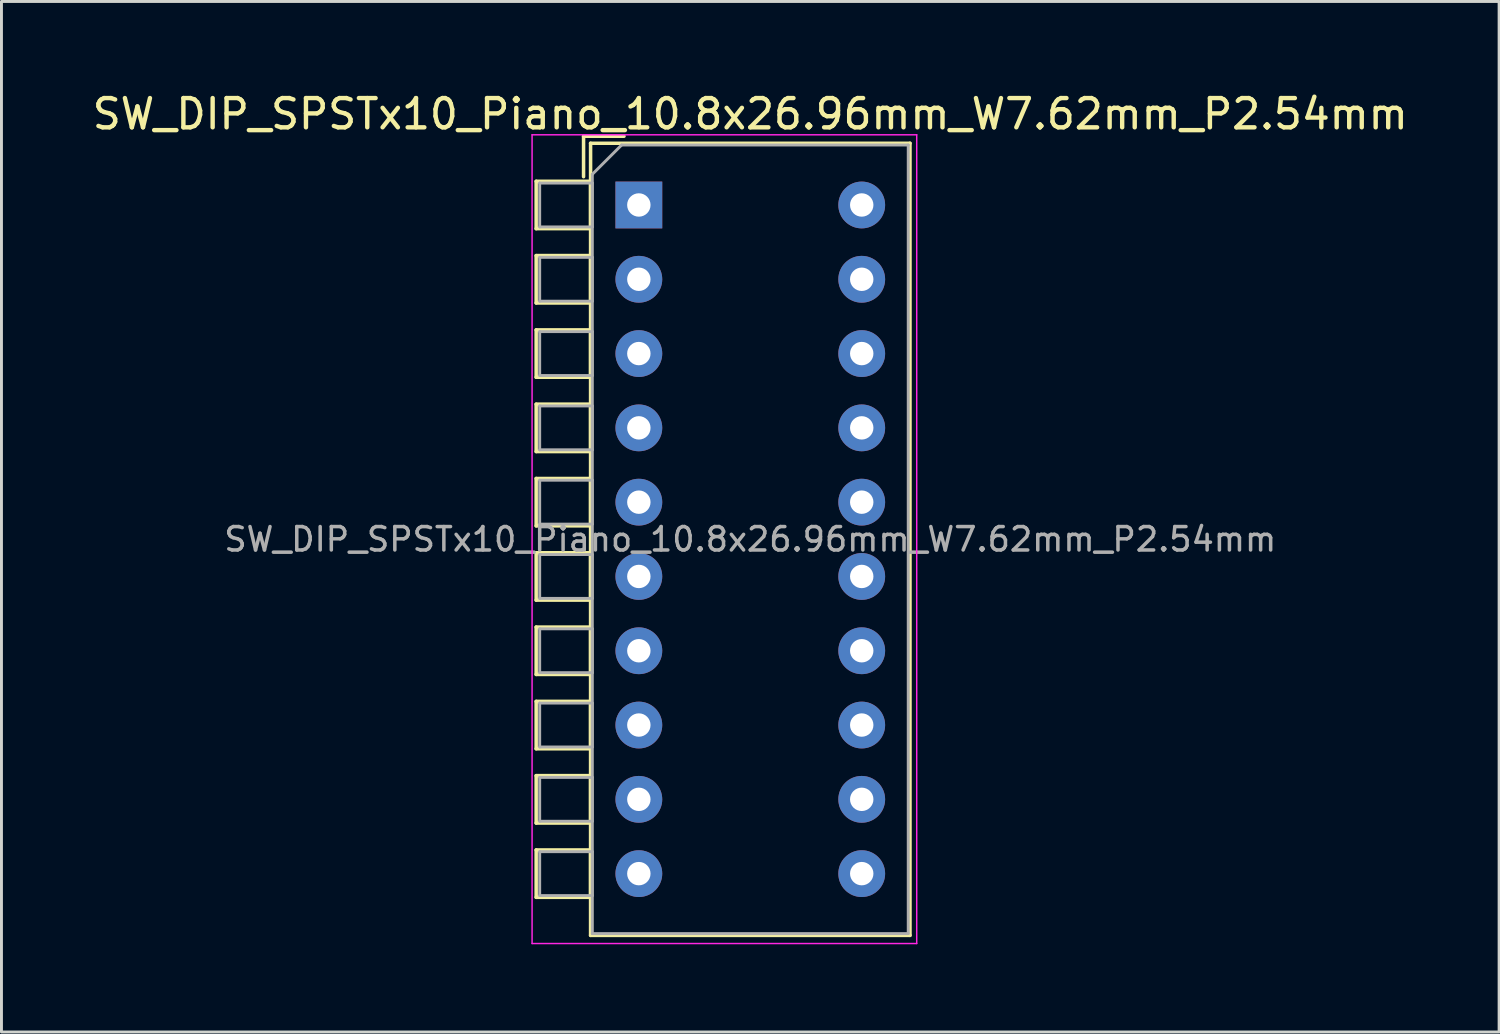
<source format=kicad_pcb>
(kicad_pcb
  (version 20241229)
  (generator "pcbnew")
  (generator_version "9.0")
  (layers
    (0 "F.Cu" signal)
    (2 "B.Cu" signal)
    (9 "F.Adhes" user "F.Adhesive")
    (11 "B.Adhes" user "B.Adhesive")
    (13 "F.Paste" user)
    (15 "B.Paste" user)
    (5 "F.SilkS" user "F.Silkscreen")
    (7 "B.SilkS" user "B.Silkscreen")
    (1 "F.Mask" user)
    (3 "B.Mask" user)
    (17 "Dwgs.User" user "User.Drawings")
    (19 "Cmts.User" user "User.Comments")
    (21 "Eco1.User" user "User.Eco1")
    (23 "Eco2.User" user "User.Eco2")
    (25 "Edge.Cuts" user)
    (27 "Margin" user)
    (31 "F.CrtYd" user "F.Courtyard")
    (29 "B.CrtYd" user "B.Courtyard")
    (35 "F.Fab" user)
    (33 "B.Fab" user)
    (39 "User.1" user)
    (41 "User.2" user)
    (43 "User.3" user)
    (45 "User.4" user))
  (footprint "SW_DIP_SPSTx10_Piano_10.8x26.96mm_W7.62mm_P2.54mm"
    (layer "F.Cu")
    (at 18.791 3.958)
    (property "Reference" "SW_DIP_SPSTx10_Piano_10.8x26.96mm_W7.62mm_P2.54mm" (at 3.81 -3.11 0) (layer "F.SilkS") (effects (font (size 1 1) (thickness 0.15))))
    (attr through_hole)
    (fp_line (start -3.51 -0.81) (end -3.51 0.81) (stroke (width 0.12) (type solid)) (layer "F.SilkS"))
    (fp_line (start -3.51 -0.81) (end -1.65 -0.81) (stroke (width 0.12) (type solid)) (layer "F.SilkS"))
    (fp_line (start -3.51 0.81) (end -1.65 0.81) (stroke (width 0.12) (type solid)) (layer "F.SilkS"))
    (fp_line (start -3.51 1.73) (end -3.51 3.35) (stroke (width 0.12) (type solid)) (layer "F.SilkS"))
    (fp_line (start -3.51 1.73) (end -1.65 1.73) (stroke (width 0.12) (type solid)) (layer "F.SilkS"))
    (fp_line (start -3.51 3.35) (end -1.65 3.35) (stroke (width 0.12) (type solid)) (layer "F.SilkS"))
    (fp_line (start -3.51 4.27) (end -3.51 5.89) (stroke (width 0.12) (type solid)) (layer "F.SilkS"))
    (fp_line (start -3.51 4.27) (end -1.65 4.27) (stroke (width 0.12) (type solid)) (layer "F.SilkS"))
    (fp_line (start -3.51 5.89) (end -1.65 5.89) (stroke (width 0.12) (type solid)) (layer "F.SilkS"))
    (fp_line (start -3.51 6.81) (end -3.51 8.43) (stroke (width 0.12) (type solid)) (layer "F.SilkS"))
    (fp_line (start -3.51 6.81) (end -1.65 6.81) (stroke (width 0.12) (type solid)) (layer "F.SilkS"))
    (fp_line (start -3.51 8.43) (end -1.65 8.43) (stroke (width 0.12) (type solid)) (layer "F.SilkS"))
    (fp_line (start -3.51 9.35) (end -3.51 10.97) (stroke (width 0.12) (type solid)) (layer "F.SilkS"))
    (fp_line (start -3.51 9.35) (end -1.65 9.35) (stroke (width 0.12) (type solid)) (layer "F.SilkS"))
    (fp_line (start -3.51 10.97) (end -1.65 10.97) (stroke (width 0.12) (type solid)) (layer "F.SilkS"))
    (fp_line (start -3.51 11.89) (end -3.51 13.51) (stroke (width 0.12) (type solid)) (layer "F.SilkS"))
    (fp_line (start -3.51 11.89) (end -1.65 11.89) (stroke (width 0.12) (type solid)) (layer "F.SilkS"))
    (fp_line (start -3.51 13.51) (end -1.65 13.51) (stroke (width 0.12) (type solid)) (layer "F.SilkS"))
    (fp_line (start -3.51 14.43) (end -3.51 16.05) (stroke (width 0.12) (type solid)) (layer "F.SilkS"))
    (fp_line (start -3.51 14.43) (end -1.65 14.43) (stroke (width 0.12) (type solid)) (layer "F.SilkS"))
    (fp_line (start -3.51 16.05) (end -1.65 16.05) (stroke (width 0.12) (type solid)) (layer "F.SilkS"))
    (fp_line (start -3.51 16.971) (end -3.51 18.591) (stroke (width 0.12) (type solid)) (layer "F.SilkS"))
    (fp_line (start -3.51 16.971) (end -1.65 16.971) (stroke (width 0.12) (type solid)) (layer "F.SilkS"))
    (fp_line (start -3.51 18.591) (end -1.65 18.591) (stroke (width 0.12) (type solid)) (layer "F.SilkS"))
    (fp_line (start -3.51 19.51) (end -3.51 21.131) (stroke (width 0.12) (type solid)) (layer "F.SilkS"))
    (fp_line (start -3.51 19.51) (end -1.65 19.51) (stroke (width 0.12) (type solid)) (layer "F.SilkS"))
    (fp_line (start -3.51 21.131) (end -1.65 21.131) (stroke (width 0.12) (type solid)) (layer "F.SilkS"))
    (fp_line (start -3.51 22.05) (end -3.51 23.67) (stroke (width 0.12) (type solid)) (layer "F.SilkS"))
    (fp_line (start -3.51 22.05) (end -1.65 22.05) (stroke (width 0.12) (type solid)) (layer "F.SilkS"))
    (fp_line (start -3.51 23.67) (end -1.65 23.67) (stroke (width 0.12) (type solid)) (layer "F.SilkS"))
    (fp_line (start -1.89 -2.35) (end -1.89 -0.967) (stroke (width 0.12) (type solid)) (layer "F.SilkS"))
    (fp_line (start -1.89 -2.35) (end -0.507 -2.35) (stroke (width 0.12) (type solid)) (layer "F.SilkS"))
    (fp_line (start -1.65 -2.11) (end -1.65 24.971) (stroke (width 0.12) (type solid)) (layer "F.SilkS"))
    (fp_line (start -1.65 -2.11) (end 9.27 -2.11) (stroke (width 0.12) (type solid)) (layer "F.SilkS"))
    (fp_line (start -1.65 -0.81) (end -1.65 0.81) (stroke (width 0.12) (type solid)) (layer "F.SilkS"))
    (fp_line (start -1.65 1.73) (end -1.65 3.35) (stroke (width 0.12) (type solid)) (layer "F.SilkS"))
    (fp_line (start -1.65 4.27) (end -1.65 5.89) (stroke (width 0.12) (type solid)) (layer "F.SilkS"))
    (fp_line (start -1.65 6.81) (end -1.65 8.43) (stroke (width 0.12) (type solid)) (layer "F.SilkS"))
    (fp_line (start -1.65 9.35) (end -1.65 10.97) (stroke (width 0.12) (type solid)) (layer "F.SilkS"))
    (fp_line (start -1.65 11.89) (end -1.65 13.51) (stroke (width 0.12) (type solid)) (layer "F.SilkS"))
    (fp_line (start -1.65 14.43) (end -1.65 16.05) (stroke (width 0.12) (type solid)) (layer "F.SilkS"))
    (fp_line (start -1.65 16.971) (end -1.65 18.591) (stroke (width 0.12) (type solid)) (layer "F.SilkS"))
    (fp_line (start -1.65 19.51) (end -1.65 21.131) (stroke (width 0.12) (type solid)) (layer "F.SilkS"))
    (fp_line (start -1.65 22.05) (end -1.65 23.67) (stroke (width 0.12) (type solid)) (layer "F.SilkS"))
    (fp_line (start -1.65 24.971) (end 9.27 24.971) (stroke (width 0.12) (type solid)) (layer "F.SilkS"))
    (fp_line (start 9.27 -2.11) (end 9.27 24.971) (stroke (width 0.12) (type solid)) (layer "F.SilkS"))
    (fp_line (start -3.65 -2.4) (end -3.65 25.25) (stroke (width 0.05) (type solid)) (layer "F.CrtYd"))
    (fp_line (start -3.65 25.25) (end 9.5 25.25) (stroke (width 0.05) (type solid)) (layer "F.CrtYd"))
    (fp_line (start 9.5 -2.4) (end -3.65 -2.4) (stroke (width 0.05) (type solid)) (layer "F.CrtYd"))
    (fp_line (start 9.5 25.25) (end 9.5 -2.4) (stroke (width 0.05) (type solid)) (layer "F.CrtYd"))
    (fp_line (start -3.39 -0.75) (end -1.59 -0.75) (stroke (width 0.1) (type solid)) (layer "F.Fab"))
    (fp_line (start -3.39 0.75) (end -3.39 -0.75) (stroke (width 0.1) (type solid)) (layer "F.Fab"))
    (fp_line (start -3.39 1.79) (end -1.59 1.79) (stroke (width 0.1) (type solid)) (layer "F.Fab"))
    (fp_line (start -3.39 3.29) (end -3.39 1.79) (stroke (width 0.1) (type solid)) (layer "F.Fab"))
    (fp_line (start -3.39 4.33) (end -1.59 4.33) (stroke (width 0.1) (type solid)) (layer "F.Fab"))
    (fp_line (start -3.39 5.83) (end -3.39 4.33) (stroke (width 0.1) (type solid)) (layer "F.Fab"))
    (fp_line (start -3.39 6.87) (end -1.59 6.87) (stroke (width 0.1) (type solid)) (layer "F.Fab"))
    (fp_line (start -3.39 8.37) (end -3.39 6.87) (stroke (width 0.1) (type solid)) (layer "F.Fab"))
    (fp_line (start -3.39 9.41) (end -1.59 9.41) (stroke (width 0.1) (type solid)) (layer "F.Fab"))
    (fp_line (start -3.39 10.91) (end -3.39 9.41) (stroke (width 0.1) (type solid)) (layer "F.Fab"))
    (fp_line (start -3.39 11.95) (end -1.59 11.95) (stroke (width 0.1) (type solid)) (layer "F.Fab"))
    (fp_line (start -3.39 13.45) (end -3.39 11.95) (stroke (width 0.1) (type solid)) (layer "F.Fab"))
    (fp_line (start -3.39 14.49) (end -1.59 14.49) (stroke (width 0.1) (type solid)) (layer "F.Fab"))
    (fp_line (start -3.39 15.99) (end -3.39 14.49) (stroke (width 0.1) (type solid)) (layer "F.Fab"))
    (fp_line (start -3.39 17.03) (end -1.59 17.03) (stroke (width 0.1) (type solid)) (layer "F.Fab"))
    (fp_line (start -3.39 18.53) (end -3.39 17.03) (stroke (width 0.1) (type solid)) (layer "F.Fab"))
    (fp_line (start -3.39 19.57) (end -1.59 19.57) (stroke (width 0.1) (type solid)) (layer "F.Fab"))
    (fp_line (start -3.39 21.07) (end -3.39 19.57) (stroke (width 0.1) (type solid)) (layer "F.Fab"))
    (fp_line (start -3.39 22.11) (end -1.59 22.11) (stroke (width 0.1) (type solid)) (layer "F.Fab"))
    (fp_line (start -3.39 23.61) (end -3.39 22.11) (stroke (width 0.1) (type solid)) (layer "F.Fab"))
    (fp_line (start -1.59 -1.05) (end -0.59 -2.05) (stroke (width 0.1) (type solid)) (layer "F.Fab"))
    (fp_line (start -1.59 -0.75) (end -1.59 0.75) (stroke (width 0.1) (type solid)) (layer "F.Fab"))
    (fp_line (start -1.59 0.75) (end -3.39 0.75) (stroke (width 0.1) (type solid)) (layer "F.Fab"))
    (fp_line (start -1.59 1.79) (end -1.59 3.29) (stroke (width 0.1) (type solid)) (layer "F.Fab"))
    (fp_line (start -1.59 3.29) (end -3.39 3.29) (stroke (width 0.1) (type solid)) (layer "F.Fab"))
    (fp_line (start -1.59 4.33) (end -1.59 5.83) (stroke (width 0.1) (type solid)) (layer "F.Fab"))
    (fp_line (start -1.59 5.83) (end -3.39 5.83) (stroke (width 0.1) (type solid)) (layer "F.Fab"))
    (fp_line (start -1.59 6.87) (end -1.59 8.37) (stroke (width 0.1) (type solid)) (layer "F.Fab"))
    (fp_line (start -1.59 8.37) (end -3.39 8.37) (stroke (width 0.1) (type solid)) (layer "F.Fab"))
    (fp_line (start -1.59 9.41) (end -1.59 10.91) (stroke (width 0.1) (type solid)) (layer "F.Fab"))
    (fp_line (start -1.59 10.91) (end -3.39 10.91) (stroke (width 0.1) (type solid)) (layer "F.Fab"))
    (fp_line (start -1.59 11.95) (end -1.59 13.45) (stroke (width 0.1) (type solid)) (layer "F.Fab"))
    (fp_line (start -1.59 13.45) (end -3.39 13.45) (stroke (width 0.1) (type solid)) (layer "F.Fab"))
    (fp_line (start -1.59 14.49) (end -1.59 15.99) (stroke (width 0.1) (type solid)) (layer "F.Fab"))
    (fp_line (start -1.59 15.99) (end -3.39 15.99) (stroke (width 0.1) (type solid)) (layer "F.Fab"))
    (fp_line (start -1.59 17.03) (end -1.59 18.53) (stroke (width 0.1) (type solid)) (layer "F.Fab"))
    (fp_line (start -1.59 18.53) (end -3.39 18.53) (stroke (width 0.1) (type solid)) (layer "F.Fab"))
    (fp_line (start -1.59 19.57) (end -1.59 21.07) (stroke (width 0.1) (type solid)) (layer "F.Fab"))
    (fp_line (start -1.59 21.07) (end -3.39 21.07) (stroke (width 0.1) (type solid)) (layer "F.Fab"))
    (fp_line (start -1.59 22.11) (end -1.59 23.61) (stroke (width 0.1) (type solid)) (layer "F.Fab"))
    (fp_line (start -1.59 23.61) (end -3.39 23.61) (stroke (width 0.1) (type solid)) (layer "F.Fab"))
    (fp_line (start -1.59 24.91) (end -1.59 -1.05) (stroke (width 0.1) (type solid)) (layer "F.Fab"))
    (fp_line (start -0.59 -2.05) (end 9.21 -2.05) (stroke (width 0.1) (type solid)) (layer "F.Fab"))
    (fp_line (start 9.21 -2.05) (end 9.21 24.91) (stroke (width 0.1) (type solid)) (layer "F.Fab"))
    (fp_line (start 9.21 24.91) (end -1.59 24.91) (stroke (width 0.1) (type solid)) (layer "F.Fab"))
    (fp_text user "${REFERENCE}" (at 3.81 11.43 0) (layer "F.Fab") (effects (font (size 0.8 0.8) (thickness 0.12))))
    (pad "1" thru_hole rect (at 0 0) (size 1.6 1.6) (drill 0.8) (layers "*.Cu" "*.Mask"))
    (pad "2" thru_hole oval (at 0 2.54) (size 1.6 1.6) (drill 0.8) (layers "*.Cu" "*.Mask"))
    (pad "3" thru_hole oval (at 0 5.08) (size 1.6 1.6) (drill 0.8) (layers "*.Cu" "*.Mask"))
    (pad "4" thru_hole oval (at 0 7.62) (size 1.6 1.6) (drill 0.8) (layers "*.Cu" "*.Mask"))
    (pad "5" thru_hole oval (at 0 10.16) (size 1.6 1.6) (drill 0.8) (layers "*.Cu" "*.Mask"))
    (pad "6" thru_hole oval (at 0 12.7) (size 1.6 1.6) (drill 0.8) (layers "*.Cu" "*.Mask"))
    (pad "7" thru_hole oval (at 0 15.24) (size 1.6 1.6) (drill 0.8) (layers "*.Cu" "*.Mask"))
    (pad "8" thru_hole oval (at 0 17.78) (size 1.6 1.6) (drill 0.8) (layers "*.Cu" "*.Mask"))
    (pad "9" thru_hole oval (at 0 20.32) (size 1.6 1.6) (drill 0.8) (layers "*.Cu" "*.Mask"))
    (pad "10" thru_hole oval (at 0 22.86) (size 1.6 1.6) (drill 0.8) (layers "*.Cu" "*.Mask"))
    (pad "11" thru_hole oval (at 7.62 22.86) (size 1.6 1.6) (drill 0.8) (layers "*.Cu" "*.Mask"))
    (pad "12" thru_hole oval (at 7.62 20.32) (size 1.6 1.6) (drill 0.8) (layers "*.Cu" "*.Mask"))
    (pad "13" thru_hole oval (at 7.62 17.78) (size 1.6 1.6) (drill 0.8) (layers "*.Cu" "*.Mask"))
    (pad "14" thru_hole oval (at 7.62 15.24) (size 1.6 1.6) (drill 0.8) (layers "*.Cu" "*.Mask"))
    (pad "15" thru_hole oval (at 7.62 12.7) (size 1.6 1.6) (drill 0.8) (layers "*.Cu" "*.Mask"))
    (pad "16" thru_hole oval (at 7.62 10.16) (size 1.6 1.6) (drill 0.8) (layers "*.Cu" "*.Mask"))
    (pad "17" thru_hole oval (at 7.62 7.62) (size 1.6 1.6) (drill 0.8) (layers "*.Cu" "*.Mask"))
    (pad "18" thru_hole oval (at 7.62 5.08) (size 1.6 1.6) (drill 0.8) (layers "*.Cu" "*.Mask"))
    (pad "19" thru_hole oval (at 7.62 2.54) (size 1.6 1.6) (drill 0.8) (layers "*.Cu" "*.Mask"))
    (pad "20" thru_hole oval (at 7.62 0) (size 1.6 1.6) (drill 0.8) (layers "*.Cu" "*.Mask")))
  (gr_rect
    (start -3 -3)
    (end 48.202 32.233)
    (stroke (width 0.1) (type default))
    (fill no)
    (layer "Edge.Cuts")))
</source>
